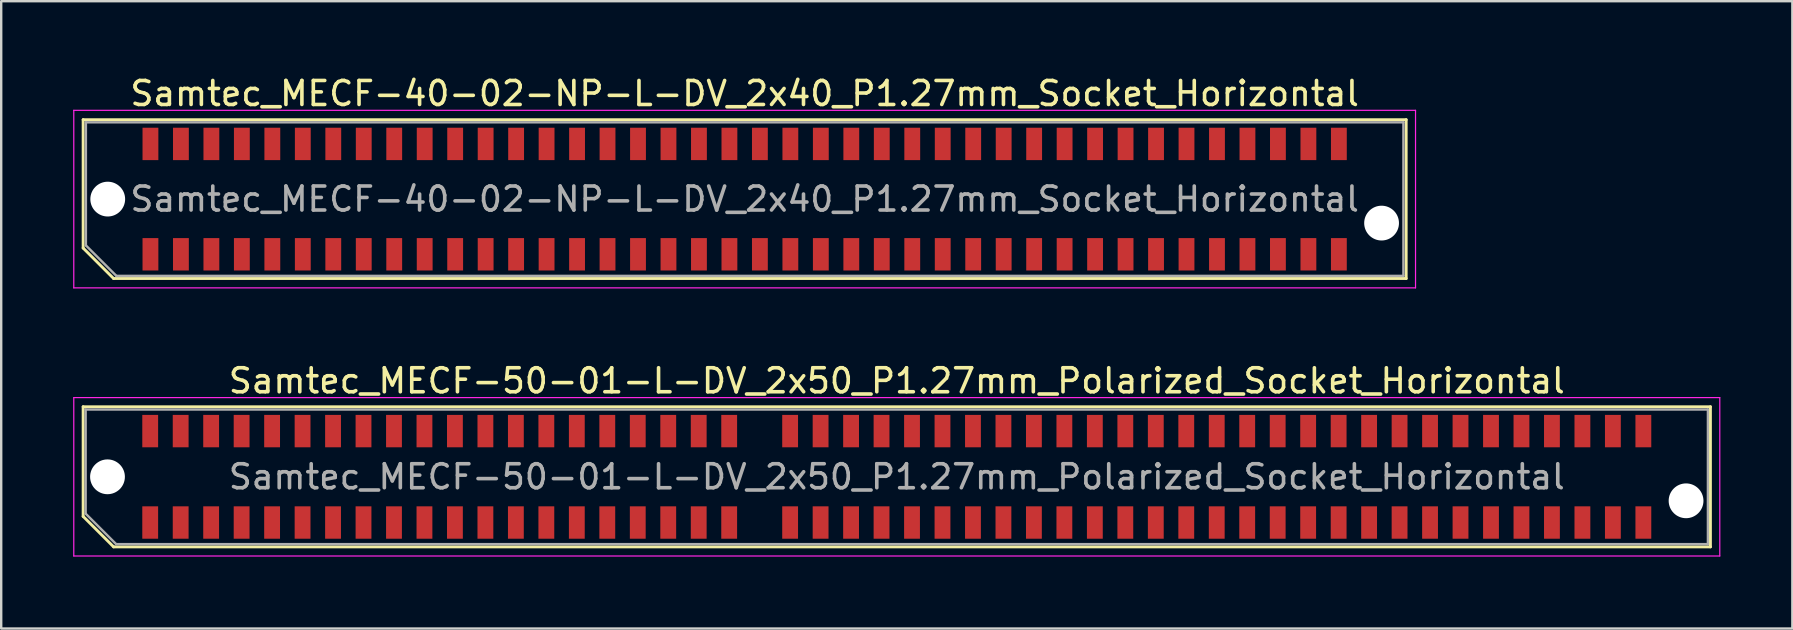
<source format=kicad_pcb>
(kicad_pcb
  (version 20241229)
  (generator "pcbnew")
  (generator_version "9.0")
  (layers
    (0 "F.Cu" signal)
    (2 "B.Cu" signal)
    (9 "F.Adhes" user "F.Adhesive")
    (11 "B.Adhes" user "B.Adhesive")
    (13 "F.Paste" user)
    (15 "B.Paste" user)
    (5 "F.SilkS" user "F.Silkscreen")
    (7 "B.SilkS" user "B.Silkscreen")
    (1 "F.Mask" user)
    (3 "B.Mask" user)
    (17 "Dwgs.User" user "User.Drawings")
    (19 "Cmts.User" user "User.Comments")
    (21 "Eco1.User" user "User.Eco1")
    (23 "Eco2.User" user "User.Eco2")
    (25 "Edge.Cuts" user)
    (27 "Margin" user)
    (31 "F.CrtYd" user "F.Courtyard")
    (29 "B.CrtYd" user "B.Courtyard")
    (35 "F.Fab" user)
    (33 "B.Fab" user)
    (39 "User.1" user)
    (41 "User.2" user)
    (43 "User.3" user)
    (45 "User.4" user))
  (footprint "Samtec_MECF-40-02-NP-L-DV_2x40_P1.27mm_Socket_Horizontal"
    (layer "F.Cu")
    (at 27.985 5.248)
    (property "Reference" "Samtec_MECF-40-02-NP-L-DV_2x40_P1.27mm_Socket_Horizontal" (at 0 -4.4 0) (layer "F.SilkS") (effects (font (size 1 1) (thickness 0.15))))
    (attr smd)
    (fp_line (start -27.57 -3.31) (end 27.57 -3.31) (stroke (width 0.12) (type solid)) (layer "F.SilkS"))
    (fp_line (start -27.57 2.04) (end -27.57 -3.31) (stroke (width 0.12) (type solid)) (layer "F.SilkS"))
    (fp_line (start -26.3 3.31) (end -27.57 2.04) (stroke (width 0.12) (type solid)) (layer "F.SilkS"))
    (fp_line (start -26.3 3.31) (end 27.57 3.31) (stroke (width 0.12) (type solid)) (layer "F.SilkS"))
    (fp_line (start 27.57 3.31) (end 27.57 -3.31) (stroke (width 0.12) (type solid)) (layer "F.SilkS"))
    (fp_line (start -27.96 -3.7) (end -27.96 3.7) (stroke (width 0.05) (type solid)) (layer "F.CrtYd"))
    (fp_line (start -27.96 3.7) (end 27.96 3.7) (stroke (width 0.05) (type solid)) (layer "F.CrtYd"))
    (fp_line (start 27.96 -3.7) (end -27.96 -3.7) (stroke (width 0.05) (type solid)) (layer "F.CrtYd"))
    (fp_line (start 27.96 3.7) (end 27.96 -3.7) (stroke (width 0.05) (type solid)) (layer "F.CrtYd"))
    (fp_line (start -27.455 -3.2) (end 27.455 -3.2) (stroke (width 0.1) (type solid)) (layer "F.Fab"))
    (fp_line (start -27.455 1.93) (end -27.455 -3.2) (stroke (width 0.1) (type solid)) (layer "F.Fab"))
    (fp_line (start -27.455 1.93) (end -26.185 3.2) (stroke (width 0.1) (type solid)) (layer "F.Fab"))
    (fp_line (start -26.185 3.2) (end 27.455 3.2) (stroke (width 0.1) (type solid)) (layer "F.Fab"))
    (fp_line (start 27.455 3.2) (end 27.455 -3.2) (stroke (width 0.1) (type solid)) (layer "F.Fab"))
    (fp_text user "${REFERENCE}" (at 0 0 0) (layer "F.Fab") (effects (font (size 1 1) (thickness 0.15))))
    (pad "" np_thru_hole circle (at -26.545 0) (size 1.45 1.45) (drill 1.45) (layers "*.Cu" "*.Mask"))
    (pad "" np_thru_hole circle (at 26.545 1) (size 1.45 1.45) (drill 1.45) (layers "*.Cu" "*.Mask"))
    (pad "1" smd rect (at -24.765 2.3) (size 0.66 1.35) (layers "F.Cu" "F.Mask" "F.Paste"))
    (pad "2" smd rect (at -24.765 -2.3) (size 0.66 1.35) (layers "F.Cu" "F.Mask" "F.Paste"))
    (pad "3" smd rect (at -23.495 2.3) (size 0.66 1.35) (layers "F.Cu" "F.Mask" "F.Paste"))
    (pad "4" smd rect (at -23.495 -2.3) (size 0.66 1.35) (layers "F.Cu" "F.Mask" "F.Paste"))
    (pad "5" smd rect (at -22.225 2.3) (size 0.66 1.35) (layers "F.Cu" "F.Mask" "F.Paste"))
    (pad "6" smd rect (at -22.225 -2.3) (size 0.66 1.35) (layers "F.Cu" "F.Mask" "F.Paste"))
    (pad "7" smd rect (at -20.955 2.3) (size 0.66 1.35) (layers "F.Cu" "F.Mask" "F.Paste"))
    (pad "8" smd rect (at -20.955 -2.3) (size 0.66 1.35) (layers "F.Cu" "F.Mask" "F.Paste"))
    (pad "9" smd rect (at -19.685 2.3) (size 0.66 1.35) (layers "F.Cu" "F.Mask" "F.Paste"))
    (pad "10" smd rect (at -19.685 -2.3) (size 0.66 1.35) (layers "F.Cu" "F.Mask" "F.Paste"))
    (pad "11" smd rect (at -18.415 2.3) (size 0.66 1.35) (layers "F.Cu" "F.Mask" "F.Paste"))
    (pad "12" smd rect (at -18.415 -2.3) (size 0.66 1.35) (layers "F.Cu" "F.Mask" "F.Paste"))
    (pad "13" smd rect (at -17.145 2.3) (size 0.66 1.35) (layers "F.Cu" "F.Mask" "F.Paste"))
    (pad "14" smd rect (at -17.145 -2.3) (size 0.66 1.35) (layers "F.Cu" "F.Mask" "F.Paste"))
    (pad "15" smd rect (at -15.875 2.3) (size 0.66 1.35) (layers "F.Cu" "F.Mask" "F.Paste"))
    (pad "16" smd rect (at -15.875 -2.3) (size 0.66 1.35) (layers "F.Cu" "F.Mask" "F.Paste"))
    (pad "17" smd rect (at -14.605 2.3) (size 0.66 1.35) (layers "F.Cu" "F.Mask" "F.Paste"))
    (pad "18" smd rect (at -14.605 -2.3) (size 0.66 1.35) (layers "F.Cu" "F.Mask" "F.Paste"))
    (pad "19" smd rect (at -13.335 2.3) (size 0.66 1.35) (layers "F.Cu" "F.Mask" "F.Paste"))
    (pad "20" smd rect (at -13.335 -2.3) (size 0.66 1.35) (layers "F.Cu" "F.Mask" "F.Paste"))
    (pad "21" smd rect (at -12.065 2.3) (size 0.66 1.35) (layers "F.Cu" "F.Mask" "F.Paste"))
    (pad "22" smd rect (at -12.065 -2.3) (size 0.66 1.35) (layers "F.Cu" "F.Mask" "F.Paste"))
    (pad "23" smd rect (at -10.795 2.3) (size 0.66 1.35) (layers "F.Cu" "F.Mask" "F.Paste"))
    (pad "24" smd rect (at -10.795 -2.3) (size 0.66 1.35) (layers "F.Cu" "F.Mask" "F.Paste"))
    (pad "25" smd rect (at -9.525 2.3) (size 0.66 1.35) (layers "F.Cu" "F.Mask" "F.Paste"))
    (pad "26" smd rect (at -9.525 -2.3) (size 0.66 1.35) (layers "F.Cu" "F.Mask" "F.Paste"))
    (pad "27" smd rect (at -8.255 2.3) (size 0.66 1.35) (layers "F.Cu" "F.Mask" "F.Paste"))
    (pad "28" smd rect (at -8.255 -2.3) (size 0.66 1.35) (layers "F.Cu" "F.Mask" "F.Paste"))
    (pad "29" smd rect (at -6.985 2.3) (size 0.66 1.35) (layers "F.Cu" "F.Mask" "F.Paste"))
    (pad "30" smd rect (at -6.985 -2.3) (size 0.66 1.35) (layers "F.Cu" "F.Mask" "F.Paste"))
    (pad "31" smd rect (at -5.715 2.3) (size 0.66 1.35) (layers "F.Cu" "F.Mask" "F.Paste"))
    (pad "32" smd rect (at -5.715 -2.3) (size 0.66 1.35) (layers "F.Cu" "F.Mask" "F.Paste"))
    (pad "33" smd rect (at -4.445 2.3) (size 0.66 1.35) (layers "F.Cu" "F.Mask" "F.Paste"))
    (pad "34" smd rect (at -4.445 -2.3) (size 0.66 1.35) (layers "F.Cu" "F.Mask" "F.Paste"))
    (pad "35" smd rect (at -3.175 2.3) (size 0.66 1.35) (layers "F.Cu" "F.Mask" "F.Paste"))
    (pad "36" smd rect (at -3.175 -2.3) (size 0.66 1.35) (layers "F.Cu" "F.Mask" "F.Paste"))
    (pad "37" smd rect (at -1.905 2.3) (size 0.66 1.35) (layers "F.Cu" "F.Mask" "F.Paste"))
    (pad "38" smd rect (at -1.905 -2.3) (size 0.66 1.35) (layers "F.Cu" "F.Mask" "F.Paste"))
    (pad "39" smd rect (at -0.635 2.3) (size 0.66 1.35) (layers "F.Cu" "F.Mask" "F.Paste"))
    (pad "40" smd rect (at -0.635 -2.3) (size 0.66 1.35) (layers "F.Cu" "F.Mask" "F.Paste"))
    (pad "41" smd rect (at 0.635 2.3) (size 0.66 1.35) (layers "F.Cu" "F.Mask" "F.Paste"))
    (pad "42" smd rect (at 0.635 -2.3) (size 0.66 1.35) (layers "F.Cu" "F.Mask" "F.Paste"))
    (pad "43" smd rect (at 1.905 2.3) (size 0.66 1.35) (layers "F.Cu" "F.Mask" "F.Paste"))
    (pad "44" smd rect (at 1.905 -2.3) (size 0.66 1.35) (layers "F.Cu" "F.Mask" "F.Paste"))
    (pad "45" smd rect (at 3.175 2.3) (size 0.66 1.35) (layers "F.Cu" "F.Mask" "F.Paste"))
    (pad "46" smd rect (at 3.175 -2.3) (size 0.66 1.35) (layers "F.Cu" "F.Mask" "F.Paste"))
    (pad "47" smd rect (at 4.445 2.3) (size 0.66 1.35) (layers "F.Cu" "F.Mask" "F.Paste"))
    (pad "48" smd rect (at 4.445 -2.3) (size 0.66 1.35) (layers "F.Cu" "F.Mask" "F.Paste"))
    (pad "49" smd rect (at 5.715 2.3) (size 0.66 1.35) (layers "F.Cu" "F.Mask" "F.Paste"))
    (pad "50" smd rect (at 5.715 -2.3) (size 0.66 1.35) (layers "F.Cu" "F.Mask" "F.Paste"))
    (pad "51" smd rect (at 6.985 2.3) (size 0.66 1.35) (layers "F.Cu" "F.Mask" "F.Paste"))
    (pad "52" smd rect (at 6.985 -2.3) (size 0.66 1.35) (layers "F.Cu" "F.Mask" "F.Paste"))
    (pad "53" smd rect (at 8.255 2.3) (size 0.66 1.35) (layers "F.Cu" "F.Mask" "F.Paste"))
    (pad "54" smd rect (at 8.255 -2.3) (size 0.66 1.35) (layers "F.Cu" "F.Mask" "F.Paste"))
    (pad "55" smd rect (at 9.525 2.3) (size 0.66 1.35) (layers "F.Cu" "F.Mask" "F.Paste"))
    (pad "56" smd rect (at 9.525 -2.3) (size 0.66 1.35) (layers "F.Cu" "F.Mask" "F.Paste"))
    (pad "57" smd rect (at 10.795 2.3) (size 0.66 1.35) (layers "F.Cu" "F.Mask" "F.Paste"))
    (pad "58" smd rect (at 10.795 -2.3) (size 0.66 1.35) (layers "F.Cu" "F.Mask" "F.Paste"))
    (pad "59" smd rect (at 12.065 2.3) (size 0.66 1.35) (layers "F.Cu" "F.Mask" "F.Paste"))
    (pad "60" smd rect (at 12.065 -2.3) (size 0.66 1.35) (layers "F.Cu" "F.Mask" "F.Paste"))
    (pad "61" smd rect (at 13.335 2.3) (size 0.66 1.35) (layers "F.Cu" "F.Mask" "F.Paste"))
    (pad "62" smd rect (at 13.335 -2.3) (size 0.66 1.35) (layers "F.Cu" "F.Mask" "F.Paste"))
    (pad "63" smd rect (at 14.605 2.3) (size 0.66 1.35) (layers "F.Cu" "F.Mask" "F.Paste"))
    (pad "64" smd rect (at 14.605 -2.3) (size 0.66 1.35) (layers "F.Cu" "F.Mask" "F.Paste"))
    (pad "65" smd rect (at 15.875 2.3) (size 0.66 1.35) (layers "F.Cu" "F.Mask" "F.Paste"))
    (pad "66" smd rect (at 15.875 -2.3) (size 0.66 1.35) (layers "F.Cu" "F.Mask" "F.Paste"))
    (pad "67" smd rect (at 17.145 2.3) (size 0.66 1.35) (layers "F.Cu" "F.Mask" "F.Paste"))
    (pad "68" smd rect (at 17.145 -2.3) (size 0.66 1.35) (layers "F.Cu" "F.Mask" "F.Paste"))
    (pad "69" smd rect (at 18.415 2.3) (size 0.66 1.35) (layers "F.Cu" "F.Mask" "F.Paste"))
    (pad "70" smd rect (at 18.415 -2.3) (size 0.66 1.35) (layers "F.Cu" "F.Mask" "F.Paste"))
    (pad "71" smd rect (at 19.685 2.3) (size 0.66 1.35) (layers "F.Cu" "F.Mask" "F.Paste"))
    (pad "72" smd rect (at 19.685 -2.3) (size 0.66 1.35) (layers "F.Cu" "F.Mask" "F.Paste"))
    (pad "73" smd rect (at 20.955 2.3) (size 0.66 1.35) (layers "F.Cu" "F.Mask" "F.Paste"))
    (pad "74" smd rect (at 20.955 -2.3) (size 0.66 1.35) (layers "F.Cu" "F.Mask" "F.Paste"))
    (pad "75" smd rect (at 22.225 2.3) (size 0.66 1.35) (layers "F.Cu" "F.Mask" "F.Paste"))
    (pad "76" smd rect (at 22.225 -2.3) (size 0.66 1.35) (layers "F.Cu" "F.Mask" "F.Paste"))
    (pad "77" smd rect (at 23.495 2.3) (size 0.66 1.35) (layers "F.Cu" "F.Mask" "F.Paste"))
    (pad "78" smd rect (at 23.495 -2.3) (size 0.66 1.35) (layers "F.Cu" "F.Mask" "F.Paste"))
    (pad "79" smd rect (at 24.765 2.3) (size 0.66 1.35) (layers "F.Cu" "F.Mask" "F.Paste"))
    (pad "80" smd rect (at 24.765 -2.3) (size 0.66 1.35) (layers "F.Cu" "F.Mask" "F.Paste")))
  (footprint "Samtec_MECF-50-01-L-DV_2x50_P1.27mm_Polarized_Socket_Horizontal"
    (layer "F.Cu")
    (at 34.325 16.822)
    (property "Reference" "Samtec_MECF-50-01-L-DV_2x50_P1.27mm_Polarized_Socket_Horizontal" (at 0 -4 0) (layer "F.SilkS") (effects (font (size 1 1) (thickness 0.15))))
    (attr smd)
    (fp_line (start -33.91 -2.92) (end 33.91 -2.92) (stroke (width 0.12) (type solid)) (layer "F.SilkS"))
    (fp_line (start -33.91 1.65) (end -33.91 -2.92) (stroke (width 0.12) (type solid)) (layer "F.SilkS"))
    (fp_line (start -32.64 2.92) (end -33.91 1.65) (stroke (width 0.12) (type solid)) (layer "F.SilkS"))
    (fp_line (start -32.64 2.92) (end 33.91 2.92) (stroke (width 0.12) (type solid)) (layer "F.SilkS"))
    (fp_line (start 33.91 2.92) (end 33.91 -2.92) (stroke (width 0.12) (type solid)) (layer "F.SilkS"))
    (fp_line (start -34.3 -3.3) (end -34.3 3.3) (stroke (width 0.05) (type solid)) (layer "F.CrtYd"))
    (fp_line (start -34.3 3.3) (end 34.3 3.3) (stroke (width 0.05) (type solid)) (layer "F.CrtYd"))
    (fp_line (start 34.3 -3.3) (end -34.3 -3.3) (stroke (width 0.05) (type solid)) (layer "F.CrtYd"))
    (fp_line (start 34.3 3.3) (end 34.3 -3.3) (stroke (width 0.05) (type solid)) (layer "F.CrtYd"))
    (fp_line (start -33.805 -2.805) (end 33.805 -2.805) (stroke (width 0.1) (type solid)) (layer "F.Fab"))
    (fp_line (start -33.805 1.535) (end -33.805 -2.805) (stroke (width 0.1) (type solid)) (layer "F.Fab"))
    (fp_line (start -33.805 1.535) (end -32.535 2.805) (stroke (width 0.1) (type solid)) (layer "F.Fab"))
    (fp_line (start -32.535 2.805) (end 33.805 2.805) (stroke (width 0.1) (type solid)) (layer "F.Fab"))
    (fp_line (start 33.805 2.805) (end 33.805 -2.805) (stroke (width 0.1) (type solid)) (layer "F.Fab"))
    (fp_text user "${REFERENCE}" (at 0 0 0) (layer "F.Fab") (effects (font (size 1 1) (thickness 0.15))))
    (pad "" np_thru_hole circle (at -32.895 0) (size 1.45 1.45) (drill 1.45) (layers "*.Cu" "*.Mask"))
    (pad "" np_thru_hole circle (at 32.895 1) (size 1.45 1.45) (drill 1.45) (layers "*.Cu" "*.Mask"))
    (pad "1" smd rect (at -31.115 1.905) (size 0.66 1.35) (layers "F.Cu" "F.Mask" "F.Paste"))
    (pad "2" smd rect (at -31.115 -1.905) (size 0.66 1.35) (layers "F.Cu" "F.Mask" "F.Paste"))
    (pad "3" smd rect (at -29.845 1.905) (size 0.66 1.35) (layers "F.Cu" "F.Mask" "F.Paste"))
    (pad "4" smd rect (at -29.845 -1.905) (size 0.66 1.35) (layers "F.Cu" "F.Mask" "F.Paste"))
    (pad "5" smd rect (at -28.575 1.905) (size 0.66 1.35) (layers "F.Cu" "F.Mask" "F.Paste"))
    (pad "6" smd rect (at -28.575 -1.905) (size 0.66 1.35) (layers "F.Cu" "F.Mask" "F.Paste"))
    (pad "7" smd rect (at -27.305 1.905) (size 0.66 1.35) (layers "F.Cu" "F.Mask" "F.Paste"))
    (pad "8" smd rect (at -27.305 -1.905) (size 0.66 1.35) (layers "F.Cu" "F.Mask" "F.Paste"))
    (pad "9" smd rect (at -26.035 1.905) (size 0.66 1.35) (layers "F.Cu" "F.Mask" "F.Paste"))
    (pad "10" smd rect (at -26.035 -1.905) (size 0.66 1.35) (layers "F.Cu" "F.Mask" "F.Paste"))
    (pad "11" smd rect (at -24.765 1.905) (size 0.66 1.35) (layers "F.Cu" "F.Mask" "F.Paste"))
    (pad "12" smd rect (at -24.765 -1.905) (size 0.66 1.35) (layers "F.Cu" "F.Mask" "F.Paste"))
    (pad "13" smd rect (at -23.495 1.905) (size 0.66 1.35) (layers "F.Cu" "F.Mask" "F.Paste"))
    (pad "14" smd rect (at -23.495 -1.905) (size 0.66 1.35) (layers "F.Cu" "F.Mask" "F.Paste"))
    (pad "15" smd rect (at -22.225 1.905) (size 0.66 1.35) (layers "F.Cu" "F.Mask" "F.Paste"))
    (pad "16" smd rect (at -22.225 -1.905) (size 0.66 1.35) (layers "F.Cu" "F.Mask" "F.Paste"))
    (pad "17" smd rect (at -20.955 1.905) (size 0.66 1.35) (layers "F.Cu" "F.Mask" "F.Paste"))
    (pad "18" smd rect (at -20.955 -1.905) (size 0.66 1.35) (layers "F.Cu" "F.Mask" "F.Paste"))
    (pad "19" smd rect (at -19.685 1.905) (size 0.66 1.35) (layers "F.Cu" "F.Mask" "F.Paste"))
    (pad "20" smd rect (at -19.685 -1.905) (size 0.66 1.35) (layers "F.Cu" "F.Mask" "F.Paste"))
    (pad "21" smd rect (at -18.415 1.905) (size 0.66 1.35) (layers "F.Cu" "F.Mask" "F.Paste"))
    (pad "22" smd rect (at -18.415 -1.905) (size 0.66 1.35) (layers "F.Cu" "F.Mask" "F.Paste"))
    (pad "23" smd rect (at -17.145 1.905) (size 0.66 1.35) (layers "F.Cu" "F.Mask" "F.Paste"))
    (pad "24" smd rect (at -17.145 -1.905) (size 0.66 1.35) (layers "F.Cu" "F.Mask" "F.Paste"))
    (pad "25" smd rect (at -15.875 1.905) (size 0.66 1.35) (layers "F.Cu" "F.Mask" "F.Paste"))
    (pad "26" smd rect (at -15.875 -1.905) (size 0.66 1.35) (layers "F.Cu" "F.Mask" "F.Paste"))
    (pad "27" smd rect (at -14.605 1.905) (size 0.66 1.35) (layers "F.Cu" "F.Mask" "F.Paste"))
    (pad "28" smd rect (at -14.605 -1.905) (size 0.66 1.35) (layers "F.Cu" "F.Mask" "F.Paste"))
    (pad "29" smd rect (at -13.335 1.905) (size 0.66 1.35) (layers "F.Cu" "F.Mask" "F.Paste"))
    (pad "30" smd rect (at -13.335 -1.905) (size 0.66 1.35) (layers "F.Cu" "F.Mask" "F.Paste"))
    (pad "31" smd rect (at -12.065 1.905) (size 0.66 1.35) (layers "F.Cu" "F.Mask" "F.Paste"))
    (pad "32" smd rect (at -12.065 -1.905) (size 0.66 1.35) (layers "F.Cu" "F.Mask" "F.Paste"))
    (pad "33" smd rect (at -10.795 1.905) (size 0.66 1.35) (layers "F.Cu" "F.Mask" "F.Paste"))
    (pad "34" smd rect (at -10.795 -1.905) (size 0.66 1.35) (layers "F.Cu" "F.Mask" "F.Paste"))
    (pad "35" smd rect (at -9.525 1.905) (size 0.66 1.35) (layers "F.Cu" "F.Mask" "F.Paste"))
    (pad "36" smd rect (at -9.525 -1.905) (size 0.66 1.35) (layers "F.Cu" "F.Mask" "F.Paste"))
    (pad "37" smd rect (at -8.255 1.905) (size 0.66 1.35) (layers "F.Cu" "F.Mask" "F.Paste"))
    (pad "38" smd rect (at -8.255 -1.905) (size 0.66 1.35) (layers "F.Cu" "F.Mask" "F.Paste"))
    (pad "39" smd rect (at -6.985 1.905) (size 0.66 1.35) (layers "F.Cu" "F.Mask" "F.Paste"))
    (pad "40" smd rect (at -6.985 -1.905) (size 0.66 1.35) (layers "F.Cu" "F.Mask" "F.Paste"))
    (pad "43" smd rect (at -4.445 1.905) (size 0.66 1.35) (layers "F.Cu" "F.Mask" "F.Paste"))
    (pad "44" smd rect (at -4.445 -1.905) (size 0.66 1.35) (layers "F.Cu" "F.Mask" "F.Paste"))
    (pad "45" smd rect (at -3.175 1.905) (size 0.66 1.35) (layers "F.Cu" "F.Mask" "F.Paste"))
    (pad "46" smd rect (at -3.175 -1.905) (size 0.66 1.35) (layers "F.Cu" "F.Mask" "F.Paste"))
    (pad "47" smd rect (at -1.905 1.905) (size 0.66 1.35) (layers "F.Cu" "F.Mask" "F.Paste"))
    (pad "48" smd rect (at -1.905 -1.905) (size 0.66 1.35) (layers "F.Cu" "F.Mask" "F.Paste"))
    (pad "49" smd rect (at -0.635 1.905) (size 0.66 1.35) (layers "F.Cu" "F.Mask" "F.Paste"))
    (pad "50" smd rect (at -0.635 -1.905) (size 0.66 1.35) (layers "F.Cu" "F.Mask" "F.Paste"))
    (pad "51" smd rect (at 0.635 1.905) (size 0.66 1.35) (layers "F.Cu" "F.Mask" "F.Paste"))
    (pad "52" smd rect (at 0.635 -1.905) (size 0.66 1.35) (layers "F.Cu" "F.Mask" "F.Paste"))
    (pad "53" smd rect (at 1.905 1.905) (size 0.66 1.35) (layers "F.Cu" "F.Mask" "F.Paste"))
    (pad "54" smd rect (at 1.905 -1.905) (size 0.66 1.35) (layers "F.Cu" "F.Mask" "F.Paste"))
    (pad "55" smd rect (at 3.175 1.905) (size 0.66 1.35) (layers "F.Cu" "F.Mask" "F.Paste"))
    (pad "56" smd rect (at 3.175 -1.905) (size 0.66 1.35) (layers "F.Cu" "F.Mask" "F.Paste"))
    (pad "57" smd rect (at 4.445 1.905) (size 0.66 1.35) (layers "F.Cu" "F.Mask" "F.Paste"))
    (pad "58" smd rect (at 4.445 -1.905) (size 0.66 1.35) (layers "F.Cu" "F.Mask" "F.Paste"))
    (pad "59" smd rect (at 5.715 1.905) (size 0.66 1.35) (layers "F.Cu" "F.Mask" "F.Paste"))
    (pad "60" smd rect (at 5.715 -1.905) (size 0.66 1.35) (layers "F.Cu" "F.Mask" "F.Paste"))
    (pad "61" smd rect (at 6.985 1.905) (size 0.66 1.35) (layers "F.Cu" "F.Mask" "F.Paste"))
    (pad "62" smd rect (at 6.985 -1.905) (size 0.66 1.35) (layers "F.Cu" "F.Mask" "F.Paste"))
    (pad "63" smd rect (at 8.255 1.905) (size 0.66 1.35) (layers "F.Cu" "F.Mask" "F.Paste"))
    (pad "64" smd rect (at 8.255 -1.905) (size 0.66 1.35) (layers "F.Cu" "F.Mask" "F.Paste"))
    (pad "65" smd rect (at 9.525 1.905) (size 0.66 1.35) (layers "F.Cu" "F.Mask" "F.Paste"))
    (pad "66" smd rect (at 9.525 -1.905) (size 0.66 1.35) (layers "F.Cu" "F.Mask" "F.Paste"))
    (pad "67" smd rect (at 10.795 1.905) (size 0.66 1.35) (layers "F.Cu" "F.Mask" "F.Paste"))
    (pad "68" smd rect (at 10.795 -1.905) (size 0.66 1.35) (layers "F.Cu" "F.Mask" "F.Paste"))
    (pad "69" smd rect (at 12.065 1.905) (size 0.66 1.35) (layers "F.Cu" "F.Mask" "F.Paste"))
    (pad "70" smd rect (at 12.065 -1.905) (size 0.66 1.35) (layers "F.Cu" "F.Mask" "F.Paste"))
    (pad "71" smd rect (at 13.335 1.905) (size 0.66 1.35) (layers "F.Cu" "F.Mask" "F.Paste"))
    (pad "72" smd rect (at 13.335 -1.905) (size 0.66 1.35) (layers "F.Cu" "F.Mask" "F.Paste"))
    (pad "73" smd rect (at 14.605 1.905) (size 0.66 1.35) (layers "F.Cu" "F.Mask" "F.Paste"))
    (pad "74" smd rect (at 14.605 -1.905) (size 0.66 1.35) (layers "F.Cu" "F.Mask" "F.Paste"))
    (pad "75" smd rect (at 15.875 1.905) (size 0.66 1.35) (layers "F.Cu" "F.Mask" "F.Paste"))
    (pad "76" smd rect (at 15.875 -1.905) (size 0.66 1.35) (layers "F.Cu" "F.Mask" "F.Paste"))
    (pad "77" smd rect (at 17.145 1.905) (size 0.66 1.35) (layers "F.Cu" "F.Mask" "F.Paste"))
    (pad "78" smd rect (at 17.145 -1.905) (size 0.66 1.35) (layers "F.Cu" "F.Mask" "F.Paste"))
    (pad "79" smd rect (at 18.415 1.905) (size 0.66 1.35) (layers "F.Cu" "F.Mask" "F.Paste"))
    (pad "80" smd rect (at 18.415 -1.905) (size 0.66 1.35) (layers "F.Cu" "F.Mask" "F.Paste"))
    (pad "81" smd rect (at 19.685 1.905) (size 0.66 1.35) (layers "F.Cu" "F.Mask" "F.Paste"))
    (pad "82" smd rect (at 19.685 -1.905) (size 0.66 1.35) (layers "F.Cu" "F.Mask" "F.Paste"))
    (pad "83" smd rect (at 20.955 1.905) (size 0.66 1.35) (layers "F.Cu" "F.Mask" "F.Paste"))
    (pad "84" smd rect (at 20.955 -1.905) (size 0.66 1.35) (layers "F.Cu" "F.Mask" "F.Paste"))
    (pad "85" smd rect (at 22.225 1.905) (size 0.66 1.35) (layers "F.Cu" "F.Mask" "F.Paste"))
    (pad "86" smd rect (at 22.225 -1.905) (size 0.66 1.35) (layers "F.Cu" "F.Mask" "F.Paste"))
    (pad "87" smd rect (at 23.495 1.905) (size 0.66 1.35) (layers "F.Cu" "F.Mask" "F.Paste"))
    (pad "88" smd rect (at 23.495 -1.905) (size 0.66 1.35) (layers "F.Cu" "F.Mask" "F.Paste"))
    (pad "89" smd rect (at 24.765 1.905) (size 0.66 1.35) (layers "F.Cu" "F.Mask" "F.Paste"))
    (pad "90" smd rect (at 24.765 -1.905) (size 0.66 1.35) (layers "F.Cu" "F.Mask" "F.Paste"))
    (pad "91" smd rect (at 26.035 1.905) (size 0.66 1.35) (layers "F.Cu" "F.Mask" "F.Paste"))
    (pad "92" smd rect (at 26.035 -1.905) (size 0.66 1.35) (layers "F.Cu" "F.Mask" "F.Paste"))
    (pad "93" smd rect (at 27.305 1.905) (size 0.66 1.35) (layers "F.Cu" "F.Mask" "F.Paste"))
    (pad "94" smd rect (at 27.305 -1.905) (size 0.66 1.35) (layers "F.Cu" "F.Mask" "F.Paste"))
    (pad "95" smd rect (at 28.575 1.905) (size 0.66 1.35) (layers "F.Cu" "F.Mask" "F.Paste"))
    (pad "96" smd rect (at 28.575 -1.905) (size 0.66 1.35) (layers "F.Cu" "F.Mask" "F.Paste"))
    (pad "97" smd rect (at 29.845 1.905) (size 0.66 1.35) (layers "F.Cu" "F.Mask" "F.Paste"))
    (pad "98" smd rect (at 29.845 -1.905) (size 0.66 1.35) (layers "F.Cu" "F.Mask" "F.Paste"))
    (pad "99" smd rect (at 31.115 1.905) (size 0.66 1.35) (layers "F.Cu" "F.Mask" "F.Paste"))
    (pad "100" smd rect (at 31.115 -1.905) (size 0.66 1.35) (layers "F.Cu" "F.Mask" "F.Paste")))
  (gr_rect
    (start -3 -3)
    (end 71.65 23.146)
    (stroke (width 0.1) (type default))
    (fill no)
    (layer "Edge.Cuts")))
</source>
